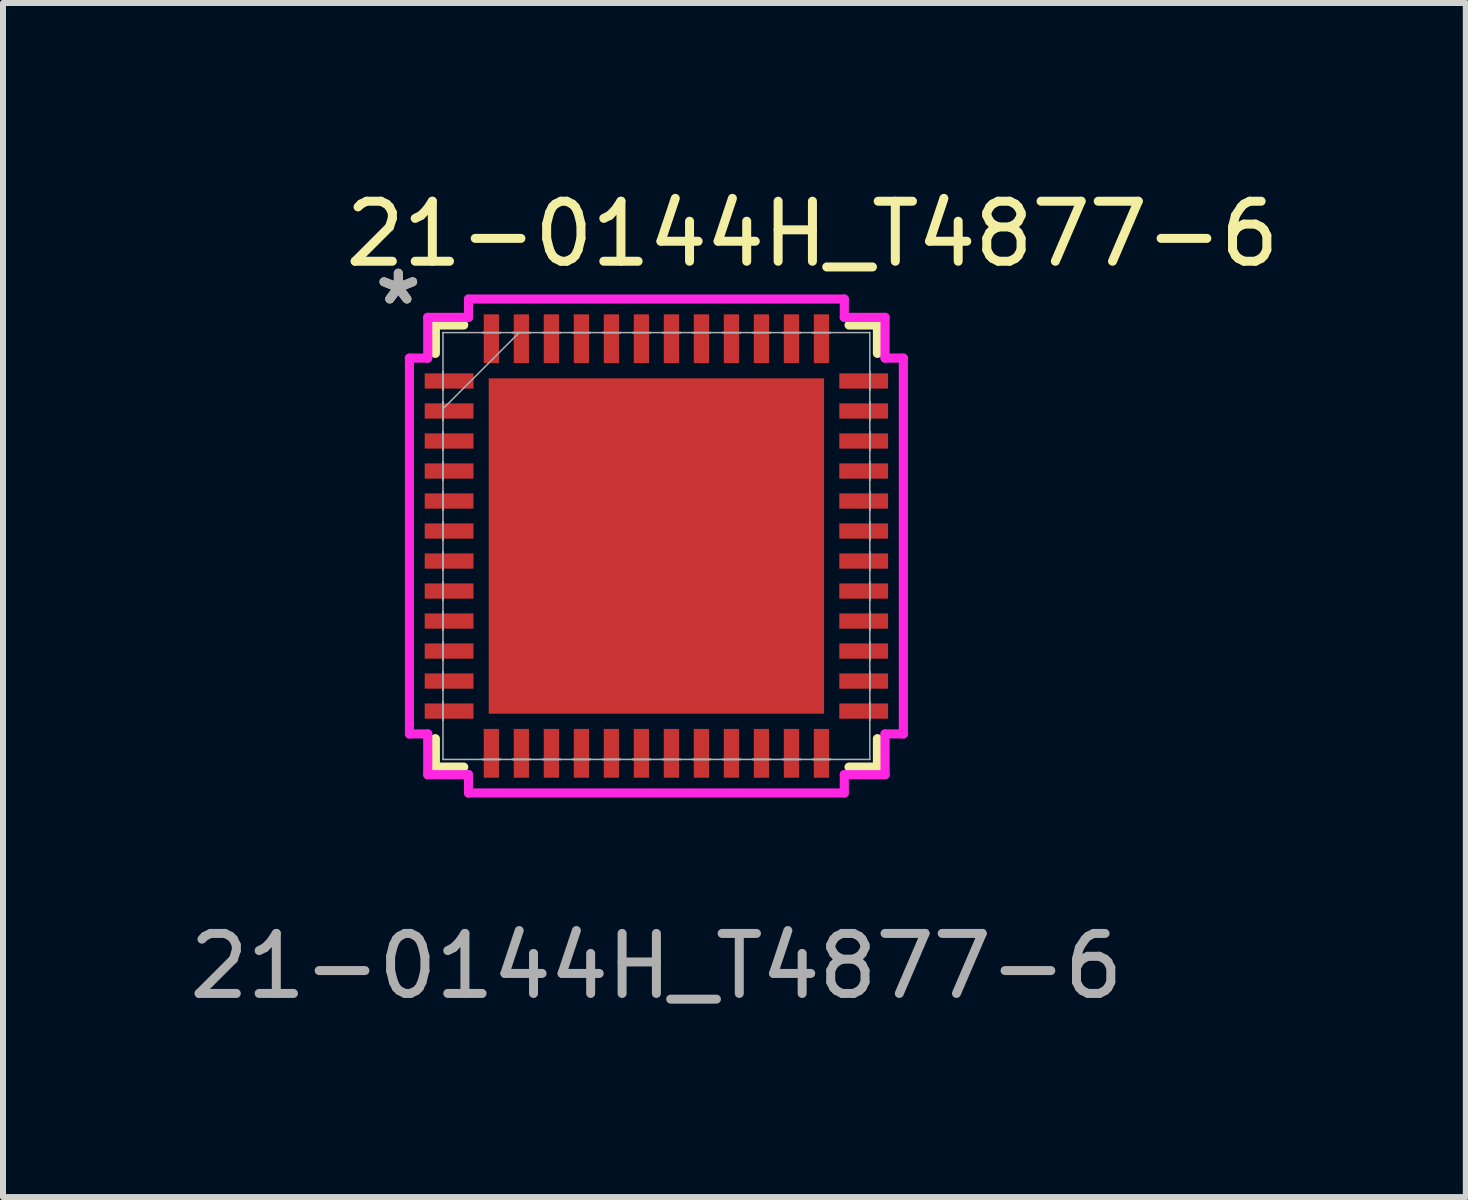
<source format=kicad_pcb>
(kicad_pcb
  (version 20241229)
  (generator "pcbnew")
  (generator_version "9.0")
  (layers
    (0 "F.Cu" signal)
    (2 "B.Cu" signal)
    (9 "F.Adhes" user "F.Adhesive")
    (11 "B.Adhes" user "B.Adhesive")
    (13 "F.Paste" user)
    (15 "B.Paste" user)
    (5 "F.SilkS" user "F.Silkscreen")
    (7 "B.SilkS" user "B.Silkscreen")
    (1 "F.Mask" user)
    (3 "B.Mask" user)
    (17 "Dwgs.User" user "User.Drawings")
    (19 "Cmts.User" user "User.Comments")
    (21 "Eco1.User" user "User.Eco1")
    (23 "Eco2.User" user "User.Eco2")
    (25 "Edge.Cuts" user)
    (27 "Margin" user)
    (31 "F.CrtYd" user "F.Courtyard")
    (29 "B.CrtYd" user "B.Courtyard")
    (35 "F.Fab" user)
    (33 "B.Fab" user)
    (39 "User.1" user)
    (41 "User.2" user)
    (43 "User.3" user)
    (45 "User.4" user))
  (footprint "21-0144H_T4877-6"
    (layer "F.Cu")
    (at 7.887 6.048)
    (property "Reference" "21-0144H_T4877-6" (at 2.6 -5.2 0) (unlocked yes) (layer "F.SilkS") (effects (font (size 1 1) (thickness 0.15))))
    (attr smd)
    (fp_line (start -3.683 -3.683) (end -3.683 -3.21) (stroke (width 0.152) (type solid)) (layer "F.SilkS"))
    (fp_line (start -3.683 3.21) (end -3.683 3.683) (stroke (width 0.152) (type solid)) (layer "F.SilkS"))
    (fp_line (start -3.683 3.683) (end -3.21 3.683) (stroke (width 0.152) (type solid)) (layer "F.SilkS"))
    (fp_line (start -3.21 -3.683) (end -3.683 -3.683) (stroke (width 0.152) (type solid)) (layer "F.SilkS"))
    (fp_line (start 3.21 3.683) (end 3.683 3.683) (stroke (width 0.152) (type solid)) (layer "F.SilkS"))
    (fp_line (start 3.683 -3.683) (end 3.21 -3.683) (stroke (width 0.152) (type solid)) (layer "F.SilkS"))
    (fp_line (start 3.683 -3.21) (end 3.683 -3.683) (stroke (width 0.152) (type solid)) (layer "F.SilkS"))
    (fp_line (start 3.683 3.683) (end 3.683 3.21) (stroke (width 0.152) (type solid)) (layer "F.SilkS"))
    (fp_poly (pts (xy -2.694 -2.694) (xy -2.694 -1.497) (xy -1.497 -1.497) (xy -1.497 -2.694)) (stroke (width 0) (type solid)) (fill yes) (layer "F.Paste"))
    (fp_poly (pts (xy -2.694 -1.297) (xy -2.694 -0.1) (xy -1.497 -0.1) (xy -1.497 -1.297)) (stroke (width 0) (type solid)) (fill yes) (layer "F.Paste"))
    (fp_poly (pts (xy -2.694 0.1) (xy -2.694 1.297) (xy -1.497 1.297) (xy -1.497 0.1)) (stroke (width 0) (type solid)) (fill yes) (layer "F.Paste"))
    (fp_poly (pts (xy -2.694 1.497) (xy -2.694 2.694) (xy -1.497 2.694) (xy -1.497 1.497)) (stroke (width 0) (type solid)) (fill yes) (layer "F.Paste"))
    (fp_poly (pts (xy -1.297 -2.694) (xy -1.297 -1.497) (xy -0.1 -1.497) (xy -0.1 -2.694)) (stroke (width 0) (type solid)) (fill yes) (layer "F.Paste"))
    (fp_poly (pts (xy -1.297 -1.297) (xy -1.297 -0.1) (xy -0.1 -0.1) (xy -0.1 -1.297)) (stroke (width 0) (type solid)) (fill yes) (layer "F.Paste"))
    (fp_poly (pts (xy -1.297 0.1) (xy -1.297 1.297) (xy -0.1 1.297) (xy -0.1 0.1)) (stroke (width 0) (type solid)) (fill yes) (layer "F.Paste"))
    (fp_poly (pts (xy -1.297 1.497) (xy -1.297 2.694) (xy -0.1 2.694) (xy -0.1 1.497)) (stroke (width 0) (type solid)) (fill yes) (layer "F.Paste"))
    (fp_poly (pts (xy 0.1 -2.694) (xy 0.1 -1.497) (xy 1.297 -1.497) (xy 1.297 -2.694)) (stroke (width 0) (type solid)) (fill yes) (layer "F.Paste"))
    (fp_poly (pts (xy 0.1 -1.297) (xy 0.1 -0.1) (xy 1.297 -0.1) (xy 1.297 -1.297)) (stroke (width 0) (type solid)) (fill yes) (layer "F.Paste"))
    (fp_poly (pts (xy 0.1 0.1) (xy 0.1 1.297) (xy 1.297 1.297) (xy 1.297 0.1)) (stroke (width 0) (type solid)) (fill yes) (layer "F.Paste"))
    (fp_poly (pts (xy 0.1 1.497) (xy 0.1 2.694) (xy 1.297 2.694) (xy 1.297 1.497)) (stroke (width 0) (type solid)) (fill yes) (layer "F.Paste"))
    (fp_poly (pts (xy 1.497 -2.694) (xy 1.497 -1.497) (xy 2.694 -1.497) (xy 2.694 -2.694)) (stroke (width 0) (type solid)) (fill yes) (layer "F.Paste"))
    (fp_poly (pts (xy 1.497 -1.297) (xy 1.497 -0.1) (xy 2.694 -0.1) (xy 2.694 -1.297)) (stroke (width 0) (type solid)) (fill yes) (layer "F.Paste"))
    (fp_poly (pts (xy 1.497 0.1) (xy 1.497 1.297) (xy 2.694 1.297) (xy 2.694 0.1)) (stroke (width 0) (type solid)) (fill yes) (layer "F.Paste"))
    (fp_poly (pts (xy 1.497 1.497) (xy 1.497 2.694) (xy 2.694 2.694) (xy 2.694 1.497)) (stroke (width 0) (type solid)) (fill yes) (layer "F.Paste"))
    (fp_line (start -4.115 -3.131) (end -3.81 -3.131) (stroke (width 0.152) (type solid)) (layer "F.CrtYd"))
    (fp_line (start -4.115 3.131) (end -4.115 -3.131) (stroke (width 0.152) (type solid)) (layer "F.CrtYd"))
    (fp_line (start -3.81 -3.81) (end -3.131 -3.81) (stroke (width 0.152) (type solid)) (layer "F.CrtYd"))
    (fp_line (start -3.81 -3.131) (end -3.81 -3.81) (stroke (width 0.152) (type solid)) (layer "F.CrtYd"))
    (fp_line (start -3.81 3.131) (end -4.115 3.131) (stroke (width 0.152) (type solid)) (layer "F.CrtYd"))
    (fp_line (start -3.81 3.81) (end -3.81 3.131) (stroke (width 0.152) (type solid)) (layer "F.CrtYd"))
    (fp_line (start -3.131 -4.115) (end 3.131 -4.115) (stroke (width 0.152) (type solid)) (layer "F.CrtYd"))
    (fp_line (start -3.131 -3.81) (end -3.131 -4.115) (stroke (width 0.152) (type solid)) (layer "F.CrtYd"))
    (fp_line (start -3.131 3.81) (end -3.81 3.81) (stroke (width 0.152) (type solid)) (layer "F.CrtYd"))
    (fp_line (start -3.131 4.115) (end -3.131 3.81) (stroke (width 0.152) (type solid)) (layer "F.CrtYd"))
    (fp_line (start 3.131 -4.115) (end 3.131 -3.81) (stroke (width 0.152) (type solid)) (layer "F.CrtYd"))
    (fp_line (start 3.131 -3.81) (end 3.81 -3.81) (stroke (width 0.152) (type solid)) (layer "F.CrtYd"))
    (fp_line (start 3.131 3.81) (end 3.131 4.115) (stroke (width 0.152) (type solid)) (layer "F.CrtYd"))
    (fp_line (start 3.131 4.115) (end -3.131 4.115) (stroke (width 0.152) (type solid)) (layer "F.CrtYd"))
    (fp_line (start 3.81 -3.81) (end 3.81 -3.131) (stroke (width 0.152) (type solid)) (layer "F.CrtYd"))
    (fp_line (start 3.81 -3.131) (end 4.115 -3.131) (stroke (width 0.152) (type solid)) (layer "F.CrtYd"))
    (fp_line (start 3.81 3.131) (end 3.81 3.81) (stroke (width 0.152) (type solid)) (layer "F.CrtYd"))
    (fp_line (start 3.81 3.81) (end 3.131 3.81) (stroke (width 0.152) (type solid)) (layer "F.CrtYd"))
    (fp_line (start 4.115 -3.131) (end 4.115 3.131) (stroke (width 0.152) (type solid)) (layer "F.CrtYd"))
    (fp_line (start 4.115 3.131) (end 3.81 3.131) (stroke (width 0.152) (type solid)) (layer "F.CrtYd"))
    (fp_line (start -3.556 -3.556) (end -3.556 -3.556) (stroke (width 0.025) (type solid)) (layer "F.Fab"))
    (fp_line (start -3.556 -3.556) (end -3.556 3.556) (stroke (width 0.025) (type solid)) (layer "F.Fab"))
    (fp_line (start -3.556 -2.902) (end -3.556 -2.902) (stroke (width 0.025) (type solid)) (layer "F.Fab"))
    (fp_line (start -3.556 -2.902) (end -3.556 -2.598) (stroke (width 0.025) (type solid)) (layer "F.Fab"))
    (fp_line (start -3.556 -2.598) (end -3.556 -2.902) (stroke (width 0.025) (type solid)) (layer "F.Fab"))
    (fp_line (start -3.556 -2.598) (end -3.556 -2.598) (stroke (width 0.025) (type solid)) (layer "F.Fab"))
    (fp_line (start -3.556 -2.402) (end -3.556 -2.402) (stroke (width 0.025) (type solid)) (layer "F.Fab"))
    (fp_line (start -3.556 -2.402) (end -3.556 -2.098) (stroke (width 0.025) (type solid)) (layer "F.Fab"))
    (fp_line (start -3.556 -2.286) (end -2.286 -3.556) (stroke (width 0.025) (type solid)) (layer "F.Fab"))
    (fp_line (start -3.556 -2.098) (end -3.556 -2.402) (stroke (width 0.025) (type solid)) (layer "F.Fab"))
    (fp_line (start -3.556 -2.098) (end -3.556 -2.098) (stroke (width 0.025) (type solid)) (layer "F.Fab"))
    (fp_line (start -3.556 -1.902) (end -3.556 -1.902) (stroke (width 0.025) (type solid)) (layer "F.Fab"))
    (fp_line (start -3.556 -1.902) (end -3.556 -1.598) (stroke (width 0.025) (type solid)) (layer "F.Fab"))
    (fp_line (start -3.556 -1.598) (end -3.556 -1.902) (stroke (width 0.025) (type solid)) (layer "F.Fab"))
    (fp_line (start -3.556 -1.598) (end -3.556 -1.598) (stroke (width 0.025) (type solid)) (layer "F.Fab"))
    (fp_line (start -3.556 -1.402) (end -3.556 -1.402) (stroke (width 0.025) (type solid)) (layer "F.Fab"))
    (fp_line (start -3.556 -1.402) (end -3.556 -1.098) (stroke (width 0.025) (type solid)) (layer "F.Fab"))
    (fp_line (start -3.556 -1.098) (end -3.556 -1.402) (stroke (width 0.025) (type solid)) (layer "F.Fab"))
    (fp_line (start -3.556 -1.098) (end -3.556 -1.098) (stroke (width 0.025) (type solid)) (layer "F.Fab"))
    (fp_line (start -3.556 -0.902) (end -3.556 -0.902) (stroke (width 0.025) (type solid)) (layer "F.Fab"))
    (fp_line (start -3.556 -0.902) (end -3.556 -0.598) (stroke (width 0.025) (type solid)) (layer "F.Fab"))
    (fp_line (start -3.556 -0.598) (end -3.556 -0.902) (stroke (width 0.025) (type solid)) (layer "F.Fab"))
    (fp_line (start -3.556 -0.598) (end -3.556 -0.598) (stroke (width 0.025) (type solid)) (layer "F.Fab"))
    (fp_line (start -3.556 -0.402) (end -3.556 -0.402) (stroke (width 0.025) (type solid)) (layer "F.Fab"))
    (fp_line (start -3.556 -0.402) (end -3.556 -0.098) (stroke (width 0.025) (type solid)) (layer "F.Fab"))
    (fp_line (start -3.556 -0.098) (end -3.556 -0.402) (stroke (width 0.025) (type solid)) (layer "F.Fab"))
    (fp_line (start -3.556 -0.098) (end -3.556 -0.098) (stroke (width 0.025) (type solid)) (layer "F.Fab"))
    (fp_line (start -3.556 0.098) (end -3.556 0.098) (stroke (width 0.025) (type solid)) (layer "F.Fab"))
    (fp_line (start -3.556 0.098) (end -3.556 0.402) (stroke (width 0.025) (type solid)) (layer "F.Fab"))
    (fp_line (start -3.556 0.402) (end -3.556 0.098) (stroke (width 0.025) (type solid)) (layer "F.Fab"))
    (fp_line (start -3.556 0.402) (end -3.556 0.402) (stroke (width 0.025) (type solid)) (layer "F.Fab"))
    (fp_line (start -3.556 0.598) (end -3.556 0.598) (stroke (width 0.025) (type solid)) (layer "F.Fab"))
    (fp_line (start -3.556 0.598) (end -3.556 0.902) (stroke (width 0.025) (type solid)) (layer "F.Fab"))
    (fp_line (start -3.556 0.902) (end -3.556 0.598) (stroke (width 0.025) (type solid)) (layer "F.Fab"))
    (fp_line (start -3.556 0.902) (end -3.556 0.902) (stroke (width 0.025) (type solid)) (layer "F.Fab"))
    (fp_line (start -3.556 1.098) (end -3.556 1.098) (stroke (width 0.025) (type solid)) (layer "F.Fab"))
    (fp_line (start -3.556 1.098) (end -3.556 1.402) (stroke (width 0.025) (type solid)) (layer "F.Fab"))
    (fp_line (start -3.556 1.402) (end -3.556 1.098) (stroke (width 0.025) (type solid)) (layer "F.Fab"))
    (fp_line (start -3.556 1.402) (end -3.556 1.402) (stroke (width 0.025) (type solid)) (layer "F.Fab"))
    (fp_line (start -3.556 1.598) (end -3.556 1.598) (stroke (width 0.025) (type solid)) (layer "F.Fab"))
    (fp_line (start -3.556 1.598) (end -3.556 1.902) (stroke (width 0.025) (type solid)) (layer "F.Fab"))
    (fp_line (start -3.556 1.902) (end -3.556 1.598) (stroke (width 0.025) (type solid)) (layer "F.Fab"))
    (fp_line (start -3.556 1.902) (end -3.556 1.902) (stroke (width 0.025) (type solid)) (layer "F.Fab"))
    (fp_line (start -3.556 2.098) (end -3.556 2.098) (stroke (width 0.025) (type solid)) (layer "F.Fab"))
    (fp_line (start -3.556 2.098) (end -3.556 2.402) (stroke (width 0.025) (type solid)) (layer "F.Fab"))
    (fp_line (start -3.556 2.402) (end -3.556 2.098) (stroke (width 0.025) (type solid)) (layer "F.Fab"))
    (fp_line (start -3.556 2.402) (end -3.556 2.402) (stroke (width 0.025) (type solid)) (layer "F.Fab"))
    (fp_line (start -3.556 2.598) (end -3.556 2.598) (stroke (width 0.025) (type solid)) (layer "F.Fab"))
    (fp_line (start -3.556 2.598) (end -3.556 2.902) (stroke (width 0.025) (type solid)) (layer "F.Fab"))
    (fp_line (start -3.556 2.902) (end -3.556 2.598) (stroke (width 0.025) (type solid)) (layer "F.Fab"))
    (fp_line (start -3.556 2.902) (end -3.556 2.902) (stroke (width 0.025) (type solid)) (layer "F.Fab"))
    (fp_line (start -3.556 3.556) (end -3.556 3.556) (stroke (width 0.025) (type solid)) (layer "F.Fab"))
    (fp_line (start -3.556 3.556) (end 3.556 3.556) (stroke (width 0.025) (type solid)) (layer "F.Fab"))
    (fp_line (start -2.902 -3.556) (end -2.902 -3.556) (stroke (width 0.025) (type solid)) (layer "F.Fab"))
    (fp_line (start -2.902 -3.556) (end -2.598 -3.556) (stroke (width 0.025) (type solid)) (layer "F.Fab"))
    (fp_line (start -2.902 3.556) (end -2.902 3.556) (stroke (width 0.025) (type solid)) (layer "F.Fab"))
    (fp_line (start -2.902 3.556) (end -2.598 3.556) (stroke (width 0.025) (type solid)) (layer "F.Fab"))
    (fp_line (start -2.598 -3.556) (end -2.902 -3.556) (stroke (width 0.025) (type solid)) (layer "F.Fab"))
    (fp_line (start -2.598 -3.556) (end -2.598 -3.556) (stroke (width 0.025) (type solid)) (layer "F.Fab"))
    (fp_line (start -2.598 3.556) (end -2.902 3.556) (stroke (width 0.025) (type solid)) (layer "F.Fab"))
    (fp_line (start -2.598 3.556) (end -2.598 3.556) (stroke (width 0.025) (type solid)) (layer "F.Fab"))
    (fp_line (start -2.402 -3.556) (end -2.402 -3.556) (stroke (width 0.025) (type solid)) (layer "F.Fab"))
    (fp_line (start -2.402 -3.556) (end -2.098 -3.556) (stroke (width 0.025) (type solid)) (layer "F.Fab"))
    (fp_line (start -2.402 3.556) (end -2.402 3.556) (stroke (width 0.025) (type solid)) (layer "F.Fab"))
    (fp_line (start -2.402 3.556) (end -2.098 3.556) (stroke (width 0.025) (type solid)) (layer "F.Fab"))
    (fp_line (start -2.098 -3.556) (end -2.402 -3.556) (stroke (width 0.025) (type solid)) (layer "F.Fab"))
    (fp_line (start -2.098 -3.556) (end -2.098 -3.556) (stroke (width 0.025) (type solid)) (layer "F.Fab"))
    (fp_line (start -2.098 3.556) (end -2.402 3.556) (stroke (width 0.025) (type solid)) (layer "F.Fab"))
    (fp_line (start -2.098 3.556) (end -2.098 3.556) (stroke (width 0.025) (type solid)) (layer "F.Fab"))
    (fp_line (start -1.902 -3.556) (end -1.902 -3.556) (stroke (width 0.025) (type solid)) (layer "F.Fab"))
    (fp_line (start -1.902 -3.556) (end -1.598 -3.556) (stroke (width 0.025) (type solid)) (layer "F.Fab"))
    (fp_line (start -1.902 3.556) (end -1.902 3.556) (stroke (width 0.025) (type solid)) (layer "F.Fab"))
    (fp_line (start -1.902 3.556) (end -1.598 3.556) (stroke (width 0.025) (type solid)) (layer "F.Fab"))
    (fp_line (start -1.598 -3.556) (end -1.902 -3.556) (stroke (width 0.025) (type solid)) (layer "F.Fab"))
    (fp_line (start -1.598 -3.556) (end -1.598 -3.556) (stroke (width 0.025) (type solid)) (layer "F.Fab"))
    (fp_line (start -1.598 3.556) (end -1.902 3.556) (stroke (width 0.025) (type solid)) (layer "F.Fab"))
    (fp_line (start -1.598 3.556) (end -1.598 3.556) (stroke (width 0.025) (type solid)) (layer "F.Fab"))
    (fp_line (start -1.402 -3.556) (end -1.402 -3.556) (stroke (width 0.025) (type solid)) (layer "F.Fab"))
    (fp_line (start -1.402 -3.556) (end -1.098 -3.556) (stroke (width 0.025) (type solid)) (layer "F.Fab"))
    (fp_line (start -1.402 3.556) (end -1.402 3.556) (stroke (width 0.025) (type solid)) (layer "F.Fab"))
    (fp_line (start -1.402 3.556) (end -1.098 3.556) (stroke (width 0.025) (type solid)) (layer "F.Fab"))
    (fp_line (start -1.098 -3.556) (end -1.402 -3.556) (stroke (width 0.025) (type solid)) (layer "F.Fab"))
    (fp_line (start -1.098 -3.556) (end -1.098 -3.556) (stroke (width 0.025) (type solid)) (layer "F.Fab"))
    (fp_line (start -1.098 3.556) (end -1.402 3.556) (stroke (width 0.025) (type solid)) (layer "F.Fab"))
    (fp_line (start -1.098 3.556) (end -1.098 3.556) (stroke (width 0.025) (type solid)) (layer "F.Fab"))
    (fp_line (start -0.902 -3.556) (end -0.902 -3.556) (stroke (width 0.025) (type solid)) (layer "F.Fab"))
    (fp_line (start -0.902 -3.556) (end -0.598 -3.556) (stroke (width 0.025) (type solid)) (layer "F.Fab"))
    (fp_line (start -0.902 3.556) (end -0.902 3.556) (stroke (width 0.025) (type solid)) (layer "F.Fab"))
    (fp_line (start -0.902 3.556) (end -0.598 3.556) (stroke (width 0.025) (type solid)) (layer "F.Fab"))
    (fp_line (start -0.598 -3.556) (end -0.902 -3.556) (stroke (width 0.025) (type solid)) (layer "F.Fab"))
    (fp_line (start -0.598 -3.556) (end -0.598 -3.556) (stroke (width 0.025) (type solid)) (layer "F.Fab"))
    (fp_line (start -0.598 3.556) (end -0.902 3.556) (stroke (width 0.025) (type solid)) (layer "F.Fab"))
    (fp_line (start -0.598 3.556) (end -0.598 3.556) (stroke (width 0.025) (type solid)) (layer "F.Fab"))
    (fp_line (start -0.402 -3.556) (end -0.402 -3.556) (stroke (width 0.025) (type solid)) (layer "F.Fab"))
    (fp_line (start -0.402 -3.556) (end -0.098 -3.556) (stroke (width 0.025) (type solid)) (layer "F.Fab"))
    (fp_line (start -0.402 3.556) (end -0.402 3.556) (stroke (width 0.025) (type solid)) (layer "F.Fab"))
    (fp_line (start -0.402 3.556) (end -0.098 3.556) (stroke (width 0.025) (type solid)) (layer "F.Fab"))
    (fp_line (start -0.098 -3.556) (end -0.402 -3.556) (stroke (width 0.025) (type solid)) (layer "F.Fab"))
    (fp_line (start -0.098 -3.556) (end -0.098 -3.556) (stroke (width 0.025) (type solid)) (layer "F.Fab"))
    (fp_line (start -0.098 3.556) (end -0.402 3.556) (stroke (width 0.025) (type solid)) (layer "F.Fab"))
    (fp_line (start -0.098 3.556) (end -0.098 3.556) (stroke (width 0.025) (type solid)) (layer "F.Fab"))
    (fp_line (start 0.098 -3.556) (end 0.098 -3.556) (stroke (width 0.025) (type solid)) (layer "F.Fab"))
    (fp_line (start 0.098 -3.556) (end 0.402 -3.556) (stroke (width 0.025) (type solid)) (layer "F.Fab"))
    (fp_line (start 0.098 3.556) (end 0.098 3.556) (stroke (width 0.025) (type solid)) (layer "F.Fab"))
    (fp_line (start 0.098 3.556) (end 0.402 3.556) (stroke (width 0.025) (type solid)) (layer "F.Fab"))
    (fp_line (start 0.402 -3.556) (end 0.098 -3.556) (stroke (width 0.025) (type solid)) (layer "F.Fab"))
    (fp_line (start 0.402 -3.556) (end 0.402 -3.556) (stroke (width 0.025) (type solid)) (layer "F.Fab"))
    (fp_line (start 0.402 3.556) (end 0.098 3.556) (stroke (width 0.025) (type solid)) (layer "F.Fab"))
    (fp_line (start 0.402 3.556) (end 0.402 3.556) (stroke (width 0.025) (type solid)) (layer "F.Fab"))
    (fp_line (start 0.598 -3.556) (end 0.598 -3.556) (stroke (width 0.025) (type solid)) (layer "F.Fab"))
    (fp_line (start 0.598 -3.556) (end 0.902 -3.556) (stroke (width 0.025) (type solid)) (layer "F.Fab"))
    (fp_line (start 0.598 3.556) (end 0.598 3.556) (stroke (width 0.025) (type solid)) (layer "F.Fab"))
    (fp_line (start 0.598 3.556) (end 0.902 3.556) (stroke (width 0.025) (type solid)) (layer "F.Fab"))
    (fp_line (start 0.902 -3.556) (end 0.598 -3.556) (stroke (width 0.025) (type solid)) (layer "F.Fab"))
    (fp_line (start 0.902 -3.556) (end 0.902 -3.556) (stroke (width 0.025) (type solid)) (layer "F.Fab"))
    (fp_line (start 0.902 3.556) (end 0.598 3.556) (stroke (width 0.025) (type solid)) (layer "F.Fab"))
    (fp_line (start 0.902 3.556) (end 0.902 3.556) (stroke (width 0.025) (type solid)) (layer "F.Fab"))
    (fp_line (start 1.098 -3.556) (end 1.098 -3.556) (stroke (width 0.025) (type solid)) (layer "F.Fab"))
    (fp_line (start 1.098 -3.556) (end 1.402 -3.556) (stroke (width 0.025) (type solid)) (layer "F.Fab"))
    (fp_line (start 1.098 3.556) (end 1.098 3.556) (stroke (width 0.025) (type solid)) (layer "F.Fab"))
    (fp_line (start 1.098 3.556) (end 1.402 3.556) (stroke (width 0.025) (type solid)) (layer "F.Fab"))
    (fp_line (start 1.402 -3.556) (end 1.098 -3.556) (stroke (width 0.025) (type solid)) (layer "F.Fab"))
    (fp_line (start 1.402 -3.556) (end 1.402 -3.556) (stroke (width 0.025) (type solid)) (layer "F.Fab"))
    (fp_line (start 1.402 3.556) (end 1.098 3.556) (stroke (width 0.025) (type solid)) (layer "F.Fab"))
    (fp_line (start 1.402 3.556) (end 1.402 3.556) (stroke (width 0.025) (type solid)) (layer "F.Fab"))
    (fp_line (start 1.598 -3.556) (end 1.598 -3.556) (stroke (width 0.025) (type solid)) (layer "F.Fab"))
    (fp_line (start 1.598 -3.556) (end 1.902 -3.556) (stroke (width 0.025) (type solid)) (layer "F.Fab"))
    (fp_line (start 1.598 3.556) (end 1.598 3.556) (stroke (width 0.025) (type solid)) (layer "F.Fab"))
    (fp_line (start 1.598 3.556) (end 1.902 3.556) (stroke (width 0.025) (type solid)) (layer "F.Fab"))
    (fp_line (start 1.902 -3.556) (end 1.598 -3.556) (stroke (width 0.025) (type solid)) (layer "F.Fab"))
    (fp_line (start 1.902 -3.556) (end 1.902 -3.556) (stroke (width 0.025) (type solid)) (layer "F.Fab"))
    (fp_line (start 1.902 3.556) (end 1.598 3.556) (stroke (width 0.025) (type solid)) (layer "F.Fab"))
    (fp_line (start 1.902 3.556) (end 1.902 3.556) (stroke (width 0.025) (type solid)) (layer "F.Fab"))
    (fp_line (start 2.098 -3.556) (end 2.098 -3.556) (stroke (width 0.025) (type solid)) (layer "F.Fab"))
    (fp_line (start 2.098 -3.556) (end 2.402 -3.556) (stroke (width 0.025) (type solid)) (layer "F.Fab"))
    (fp_line (start 2.098 3.556) (end 2.098 3.556) (stroke (width 0.025) (type solid)) (layer "F.Fab"))
    (fp_line (start 2.098 3.556) (end 2.402 3.556) (stroke (width 0.025) (type solid)) (layer "F.Fab"))
    (fp_line (start 2.402 -3.556) (end 2.098 -3.556) (stroke (width 0.025) (type solid)) (layer "F.Fab"))
    (fp_line (start 2.402 -3.556) (end 2.402 -3.556) (stroke (width 0.025) (type solid)) (layer "F.Fab"))
    (fp_line (start 2.402 3.556) (end 2.098 3.556) (stroke (width 0.025) (type solid)) (layer "F.Fab"))
    (fp_line (start 2.402 3.556) (end 2.402 3.556) (stroke (width 0.025) (type solid)) (layer "F.Fab"))
    (fp_line (start 2.598 -3.556) (end 2.598 -3.556) (stroke (width 0.025) (type solid)) (layer "F.Fab"))
    (fp_line (start 2.598 -3.556) (end 2.902 -3.556) (stroke (width 0.025) (type solid)) (layer "F.Fab"))
    (fp_line (start 2.598 3.556) (end 2.598 3.556) (stroke (width 0.025) (type solid)) (layer "F.Fab"))
    (fp_line (start 2.598 3.556) (end 2.902 3.556) (stroke (width 0.025) (type solid)) (layer "F.Fab"))
    (fp_line (start 2.902 -3.556) (end 2.598 -3.556) (stroke (width 0.025) (type solid)) (layer "F.Fab"))
    (fp_line (start 2.902 -3.556) (end 2.902 -3.556) (stroke (width 0.025) (type solid)) (layer "F.Fab"))
    (fp_line (start 2.902 3.556) (end 2.598 3.556) (stroke (width 0.025) (type solid)) (layer "F.Fab"))
    (fp_line (start 2.902 3.556) (end 2.902 3.556) (stroke (width 0.025) (type solid)) (layer "F.Fab"))
    (fp_line (start 3.556 -3.556) (end -3.556 -3.556) (stroke (width 0.025) (type solid)) (layer "F.Fab"))
    (fp_line (start 3.556 -3.556) (end 3.556 -3.556) (stroke (width 0.025) (type solid)) (layer "F.Fab"))
    (fp_line (start 3.556 -2.902) (end 3.556 -2.902) (stroke (width 0.025) (type solid)) (layer "F.Fab"))
    (fp_line (start 3.556 -2.902) (end 3.556 -2.598) (stroke (width 0.025) (type solid)) (layer "F.Fab"))
    (fp_line (start 3.556 -2.598) (end 3.556 -2.902) (stroke (width 0.025) (type solid)) (layer "F.Fab"))
    (fp_line (start 3.556 -2.598) (end 3.556 -2.598) (stroke (width 0.025) (type solid)) (layer "F.Fab"))
    (fp_line (start 3.556 -2.402) (end 3.556 -2.402) (stroke (width 0.025) (type solid)) (layer "F.Fab"))
    (fp_line (start 3.556 -2.402) (end 3.556 -2.098) (stroke (width 0.025) (type solid)) (layer "F.Fab"))
    (fp_line (start 3.556 -2.098) (end 3.556 -2.402) (stroke (width 0.025) (type solid)) (layer "F.Fab"))
    (fp_line (start 3.556 -2.098) (end 3.556 -2.098) (stroke (width 0.025) (type solid)) (layer "F.Fab"))
    (fp_line (start 3.556 -1.902) (end 3.556 -1.902) (stroke (width 0.025) (type solid)) (layer "F.Fab"))
    (fp_line (start 3.556 -1.902) (end 3.556 -1.598) (stroke (width 0.025) (type solid)) (layer "F.Fab"))
    (fp_line (start 3.556 -1.598) (end 3.556 -1.902) (stroke (width 0.025) (type solid)) (layer "F.Fab"))
    (fp_line (start 3.556 -1.598) (end 3.556 -1.598) (stroke (width 0.025) (type solid)) (layer "F.Fab"))
    (fp_line (start 3.556 -1.402) (end 3.556 -1.402) (stroke (width 0.025) (type solid)) (layer "F.Fab"))
    (fp_line (start 3.556 -1.402) (end 3.556 -1.098) (stroke (width 0.025) (type solid)) (layer "F.Fab"))
    (fp_line (start 3.556 -1.098) (end 3.556 -1.402) (stroke (width 0.025) (type solid)) (layer "F.Fab"))
    (fp_line (start 3.556 -1.098) (end 3.556 -1.098) (stroke (width 0.025) (type solid)) (layer "F.Fab"))
    (fp_line (start 3.556 -0.902) (end 3.556 -0.902) (stroke (width 0.025) (type solid)) (layer "F.Fab"))
    (fp_line (start 3.556 -0.902) (end 3.556 -0.598) (stroke (width 0.025) (type solid)) (layer "F.Fab"))
    (fp_line (start 3.556 -0.598) (end 3.556 -0.902) (stroke (width 0.025) (type solid)) (layer "F.Fab"))
    (fp_line (start 3.556 -0.598) (end 3.556 -0.598) (stroke (width 0.025) (type solid)) (layer "F.Fab"))
    (fp_line (start 3.556 -0.402) (end 3.556 -0.402) (stroke (width 0.025) (type solid)) (layer "F.Fab"))
    (fp_line (start 3.556 -0.402) (end 3.556 -0.098) (stroke (width 0.025) (type solid)) (layer "F.Fab"))
    (fp_line (start 3.556 -0.098) (end 3.556 -0.402) (stroke (width 0.025) (type solid)) (layer "F.Fab"))
    (fp_line (start 3.556 -0.098) (end 3.556 -0.098) (stroke (width 0.025) (type solid)) (layer "F.Fab"))
    (fp_line (start 3.556 0.098) (end 3.556 0.098) (stroke (width 0.025) (type solid)) (layer "F.Fab"))
    (fp_line (start 3.556 0.098) (end 3.556 0.402) (stroke (width 0.025) (type solid)) (layer "F.Fab"))
    (fp_line (start 3.556 0.402) (end 3.556 0.098) (stroke (width 0.025) (type solid)) (layer "F.Fab"))
    (fp_line (start 3.556 0.402) (end 3.556 0.402) (stroke (width 0.025) (type solid)) (layer "F.Fab"))
    (fp_line (start 3.556 0.598) (end 3.556 0.598) (stroke (width 0.025) (type solid)) (layer "F.Fab"))
    (fp_line (start 3.556 0.598) (end 3.556 0.902) (stroke (width 0.025) (type solid)) (layer "F.Fab"))
    (fp_line (start 3.556 0.902) (end 3.556 0.598) (stroke (width 0.025) (type solid)) (layer "F.Fab"))
    (fp_line (start 3.556 0.902) (end 3.556 0.902) (stroke (width 0.025) (type solid)) (layer "F.Fab"))
    (fp_line (start 3.556 1.098) (end 3.556 1.098) (stroke (width 0.025) (type solid)) (layer "F.Fab"))
    (fp_line (start 3.556 1.098) (end 3.556 1.402) (stroke (width 0.025) (type solid)) (layer "F.Fab"))
    (fp_line (start 3.556 1.402) (end 3.556 1.098) (stroke (width 0.025) (type solid)) (layer "F.Fab"))
    (fp_line (start 3.556 1.402) (end 3.556 1.402) (stroke (width 0.025) (type solid)) (layer "F.Fab"))
    (fp_line (start 3.556 1.598) (end 3.556 1.598) (stroke (width 0.025) (type solid)) (layer "F.Fab"))
    (fp_line (start 3.556 1.598) (end 3.556 1.902) (stroke (width 0.025) (type solid)) (layer "F.Fab"))
    (fp_line (start 3.556 1.902) (end 3.556 1.598) (stroke (width 0.025) (type solid)) (layer "F.Fab"))
    (fp_line (start 3.556 1.902) (end 3.556 1.902) (stroke (width 0.025) (type solid)) (layer "F.Fab"))
    (fp_line (start 3.556 2.098) (end 3.556 2.098) (stroke (width 0.025) (type solid)) (layer "F.Fab"))
    (fp_line (start 3.556 2.098) (end 3.556 2.402) (stroke (width 0.025) (type solid)) (layer "F.Fab"))
    (fp_line (start 3.556 2.402) (end 3.556 2.098) (stroke (width 0.025) (type solid)) (layer "F.Fab"))
    (fp_line (start 3.556 2.402) (end 3.556 2.402) (stroke (width 0.025) (type solid)) (layer "F.Fab"))
    (fp_line (start 3.556 2.598) (end 3.556 2.598) (stroke (width 0.025) (type solid)) (layer "F.Fab"))
    (fp_line (start 3.556 2.598) (end 3.556 2.902) (stroke (width 0.025) (type solid)) (layer "F.Fab"))
    (fp_line (start 3.556 2.902) (end 3.556 2.598) (stroke (width 0.025) (type solid)) (layer "F.Fab"))
    (fp_line (start 3.556 2.902) (end 3.556 2.902) (stroke (width 0.025) (type solid)) (layer "F.Fab"))
    (fp_line (start 3.556 3.556) (end 3.556 -3.556) (stroke (width 0.025) (type solid)) (layer "F.Fab"))
    (fp_line (start 3.556 3.556) (end 3.556 3.556) (stroke (width 0.025) (type solid)) (layer "F.Fab"))
    (fp_text user "*" (at -4.3 -4 0) (unlocked yes) (layer "F.SilkS") (effects (font (size 1 1) (thickness 0.15))))
    (fp_text user "*" (at -4.3 -4 0) (unlocked yes) (layer "F.Fab") (effects (font (size 1 1) (thickness 0.15))))
    (fp_text user "${REFERENCE}" (at 0 7 0) (unlocked yes) (layer "F.Fab") (effects (font (size 1 1) (thickness 0.15))))
    (pad "1" smd rect (at -3.454 -2.75 90) (size 0.254 0.813) (layers "F.Cu" "F.Mask" "F.Paste"))
    (pad "2" smd rect (at -3.454 -2.25 90) (size 0.254 0.813) (layers "F.Cu" "F.Mask" "F.Paste"))
    (pad "3" smd rect (at -3.454 -1.75 90) (size 0.254 0.813) (layers "F.Cu" "F.Mask" "F.Paste"))
    (pad "4" smd rect (at -3.454 -1.25 90) (size 0.254 0.813) (layers "F.Cu" "F.Mask" "F.Paste"))
    (pad "5" smd rect (at -3.454 -0.75 90) (size 0.254 0.813) (layers "F.Cu" "F.Mask" "F.Paste"))
    (pad "6" smd rect (at -3.454 -0.25 90) (size 0.254 0.813) (layers "F.Cu" "F.Mask" "F.Paste"))
    (pad "7" smd rect (at -3.454 0.25 90) (size 0.254 0.813) (layers "F.Cu" "F.Mask" "F.Paste"))
    (pad "8" smd rect (at -3.454 0.75 90) (size 0.254 0.813) (layers "F.Cu" "F.Mask" "F.Paste"))
    (pad "9" smd rect (at -3.454 1.25 90) (size 0.254 0.813) (layers "F.Cu" "F.Mask" "F.Paste"))
    (pad "10" smd rect (at -3.454 1.75 90) (size 0.254 0.813) (layers "F.Cu" "F.Mask" "F.Paste"))
    (pad "11" smd rect (at -3.454 2.25 90) (size 0.254 0.813) (layers "F.Cu" "F.Mask" "F.Paste"))
    (pad "12" smd rect (at -3.454 2.75 90) (size 0.254 0.813) (layers "F.Cu" "F.Mask" "F.Paste"))
    (pad "13" smd rect (at -2.75 3.454) (size 0.254 0.813) (layers "F.Cu" "F.Mask" "F.Paste"))
    (pad "14" smd rect (at -2.25 3.454) (size 0.254 0.813) (layers "F.Cu" "F.Mask" "F.Paste"))
    (pad "15" smd rect (at -1.75 3.454) (size 0.254 0.813) (layers "F.Cu" "F.Mask" "F.Paste"))
    (pad "16" smd rect (at -1.25 3.454) (size 0.254 0.813) (layers "F.Cu" "F.Mask" "F.Paste"))
    (pad "17" smd rect (at -0.75 3.454) (size 0.254 0.813) (layers "F.Cu" "F.Mask" "F.Paste"))
    (pad "18" smd rect (at -0.25 3.454) (size 0.254 0.813) (layers "F.Cu" "F.Mask" "F.Paste"))
    (pad "19" smd rect (at 0.25 3.454) (size 0.254 0.813) (layers "F.Cu" "F.Mask" "F.Paste"))
    (pad "20" smd rect (at 0.75 3.454) (size 0.254 0.813) (layers "F.Cu" "F.Mask" "F.Paste"))
    (pad "21" smd rect (at 1.25 3.454) (size 0.254 0.813) (layers "F.Cu" "F.Mask" "F.Paste"))
    (pad "22" smd rect (at 1.75 3.454) (size 0.254 0.813) (layers "F.Cu" "F.Mask" "F.Paste"))
    (pad "23" smd rect (at 2.25 3.454) (size 0.254 0.813) (layers "F.Cu" "F.Mask" "F.Paste"))
    (pad "24" smd rect (at 2.75 3.454) (size 0.254 0.813) (layers "F.Cu" "F.Mask" "F.Paste"))
    (pad "25" smd rect (at 3.454 2.75 90) (size 0.254 0.813) (layers "F.Cu" "F.Mask" "F.Paste"))
    (pad "26" smd rect (at 3.454 2.25 90) (size 0.254 0.813) (layers "F.Cu" "F.Mask" "F.Paste"))
    (pad "27" smd rect (at 3.454 1.75 90) (size 0.254 0.813) (layers "F.Cu" "F.Mask" "F.Paste"))
    (pad "28" smd rect (at 3.454 1.25 90) (size 0.254 0.813) (layers "F.Cu" "F.Mask" "F.Paste"))
    (pad "29" smd rect (at 3.454 0.75 90) (size 0.254 0.813) (layers "F.Cu" "F.Mask" "F.Paste"))
    (pad "30" smd rect (at 3.454 0.25 90) (size 0.254 0.813) (layers "F.Cu" "F.Mask" "F.Paste"))
    (pad "31" smd rect (at 3.454 -0.25 90) (size 0.254 0.813) (layers "F.Cu" "F.Mask" "F.Paste"))
    (pad "32" smd rect (at 3.454 -0.75 90) (size 0.254 0.813) (layers "F.Cu" "F.Mask" "F.Paste"))
    (pad "33" smd rect (at 3.454 -1.25 90) (size 0.254 0.813) (layers "F.Cu" "F.Mask" "F.Paste"))
    (pad "34" smd rect (at 3.454 -1.75 90) (size 0.254 0.813) (layers "F.Cu" "F.Mask" "F.Paste"))
    (pad "35" smd rect (at 3.454 -2.25 90) (size 0.254 0.813) (layers "F.Cu" "F.Mask" "F.Paste"))
    (pad "36" smd rect (at 3.454 -2.75 90) (size 0.254 0.813) (layers "F.Cu" "F.Mask" "F.Paste"))
    (pad "37" smd rect (at 2.75 -3.454) (size 0.254 0.813) (layers "F.Cu" "F.Mask" "F.Paste"))
    (pad "38" smd rect (at 2.25 -3.454) (size 0.254 0.813) (layers "F.Cu" "F.Mask" "F.Paste"))
    (pad "39" smd rect (at 1.75 -3.454) (size 0.254 0.813) (layers "F.Cu" "F.Mask" "F.Paste"))
    (pad "40" smd rect (at 1.25 -3.454) (size 0.254 0.813) (layers "F.Cu" "F.Mask" "F.Paste"))
    (pad "41" smd rect (at 0.75 -3.454) (size 0.254 0.813) (layers "F.Cu" "F.Mask" "F.Paste"))
    (pad "42" smd rect (at 0.25 -3.454) (size 0.254 0.813) (layers "F.Cu" "F.Mask" "F.Paste"))
    (pad "43" smd rect (at -0.25 -3.454) (size 0.254 0.813) (layers "F.Cu" "F.Mask" "F.Paste"))
    (pad "44" smd rect (at -0.75 -3.454) (size 0.254 0.813) (layers "F.Cu" "F.Mask" "F.Paste"))
    (pad "45" smd rect (at -1.25 -3.454) (size 0.254 0.813) (layers "F.Cu" "F.Mask" "F.Paste"))
    (pad "46" smd rect (at -1.75 -3.454) (size 0.254 0.813) (layers "F.Cu" "F.Mask" "F.Paste"))
    (pad "47" smd rect (at -2.25 -3.454) (size 0.254 0.813) (layers "F.Cu" "F.Mask" "F.Paste"))
    (pad "48" smd rect (at -2.75 -3.454) (size 0.254 0.813) (layers "F.Cu" "F.Mask" "F.Paste"))
    (pad "49" smd rect (at 0 0) (size 5.588 5.588) (layers "F.Cu" "F.Mask" "F.Paste")))
  (gr_rect
    (start -3 -3)
    (end 21.374 16.896)
    (stroke (width 0.1) (type default))
    (fill no)
    (layer "Edge.Cuts")))
</source>
